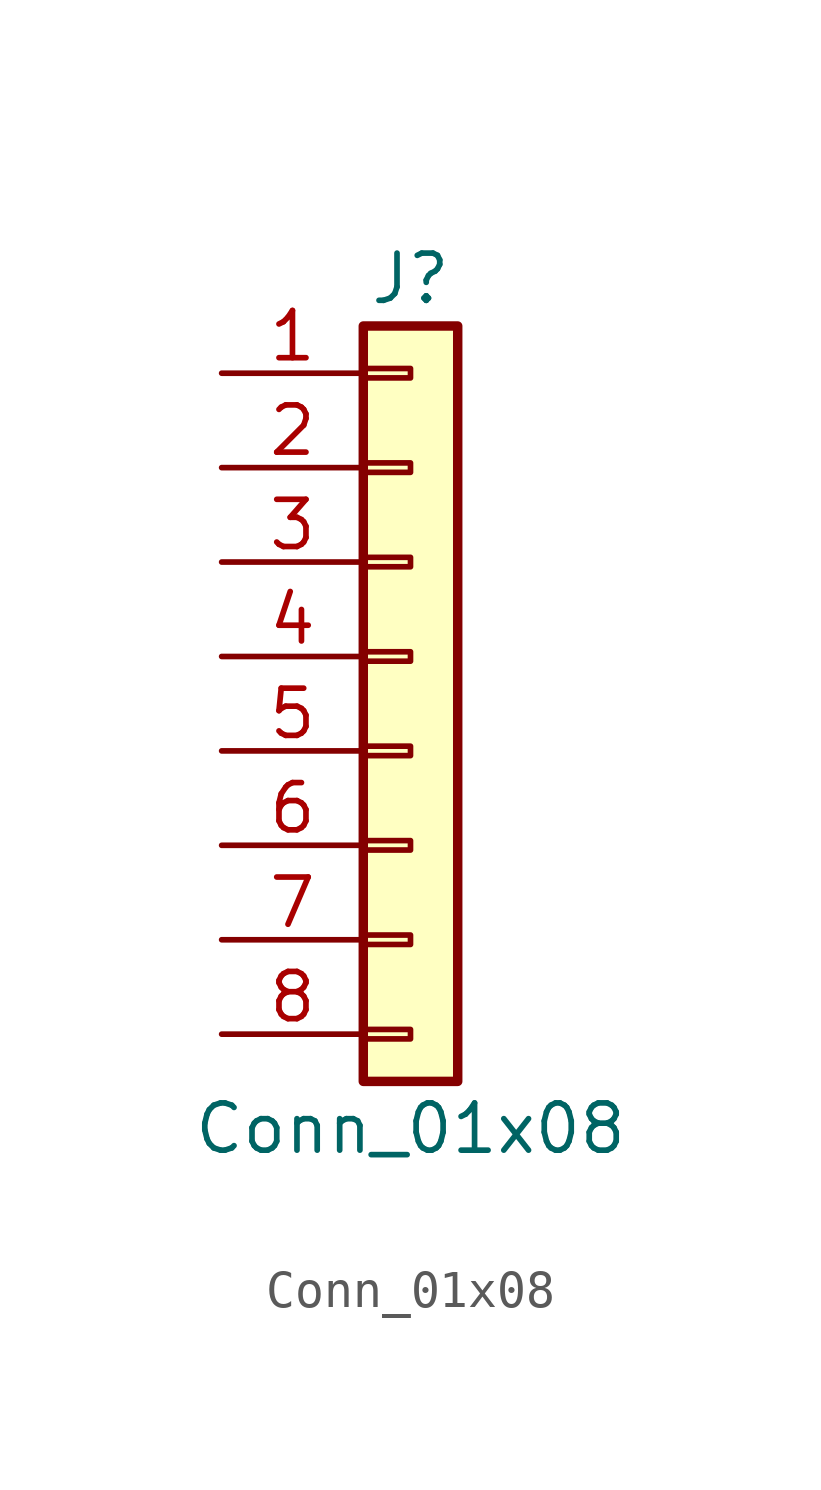
<source format=kicad_sym>
(kicad_symbol_lib
  (version 20220914)
  (generator kicad_symbol_editor)
  (symbol "Conn_01x08"
    (pin_names
      (offset 1.016) hide)
    (property "Reference" "J"
      (at 0 10.16 0)
      (effects (font (size 1.27 1.27))))
    (property "Value" "Conn_01x08"
      (at 0 -12.7 0)
      (effects (font (size 1.27 1.27))))
    (symbol "Conn_01x08_1_1"
      (rectangle (start -1.27 -10.033) (end 0 -10.287) (stroke (width 0.152) (type default)) (fill (type none)))
      (rectangle (start -1.27 -7.493) (end 0 -7.747) (stroke (width 0.152) (type default)) (fill (type none)))
      (rectangle (start -1.27 -4.953) (end 0 -5.207) (stroke (width 0.152) (type default)) (fill (type none)))
      (rectangle (start -1.27 -2.413) (end 0 -2.667) (stroke (width 0.152) (type default)) (fill (type none)))
      (rectangle (start -1.27 0.127) (end 0 -0.127) (stroke (width 0.152) (type default)) (fill (type none)))
      (rectangle (start -1.27 2.667) (end 0 2.413) (stroke (width 0.152) (type default)) (fill (type none)))
      (rectangle (start -1.27 5.207) (end 0 4.953) (stroke (width 0.152) (type default)) (fill (type none)))
      (rectangle (start -1.27 7.747) (end 0 7.493) (stroke (width 0.152) (type default)) (fill (type none)))
      (rectangle (start -1.27 8.89) (end 1.27 -11.43) (stroke (width 0.254) (type default)) (fill (type background)))
      (pin passive line (at -5.08 7.62 0) (length 3.81) (name "Pin_1" (effects (font (size 1.27 1.27)))) (number "1" (effects (font (size 1.27 1.27)))))
      (pin passive line (at -5.08 5.08 0) (length 3.81) (name "Pin_2" (effects (font (size 1.27 1.27)))) (number "2" (effects (font (size 1.27 1.27)))))
      (pin passive line (at -5.08 2.54 0) (length 3.81) (name "Pin_3" (effects (font (size 1.27 1.27)))) (number "3" (effects (font (size 1.27 1.27)))))
      (pin passive line (at -5.08 0 0) (length 3.81) (name "Pin_4" (effects (font (size 1.27 1.27)))) (number "4" (effects (font (size 1.27 1.27)))))
      (pin passive line (at -5.08 -2.54 0) (length 3.81) (name "Pin_5" (effects (font (size 1.27 1.27)))) (number "5" (effects (font (size 1.27 1.27)))))
      (pin passive line (at -5.08 -5.08 0) (length 3.81) (name "Pin_6" (effects (font (size 1.27 1.27)))) (number "6" (effects (font (size 1.27 1.27)))))
      (pin passive line (at -5.08 -7.62 0) (length 3.81) (name "Pin_7" (effects (font (size 1.27 1.27)))) (number "7" (effects (font (size 1.27 1.27)))))
      (pin passive line (at -5.08 -10.16 0) (length 3.81) (name "Pin_8" (effects (font (size 1.27 1.27)))) (number "8" (effects (font (size 1.27 1.27))))))))
</source>
